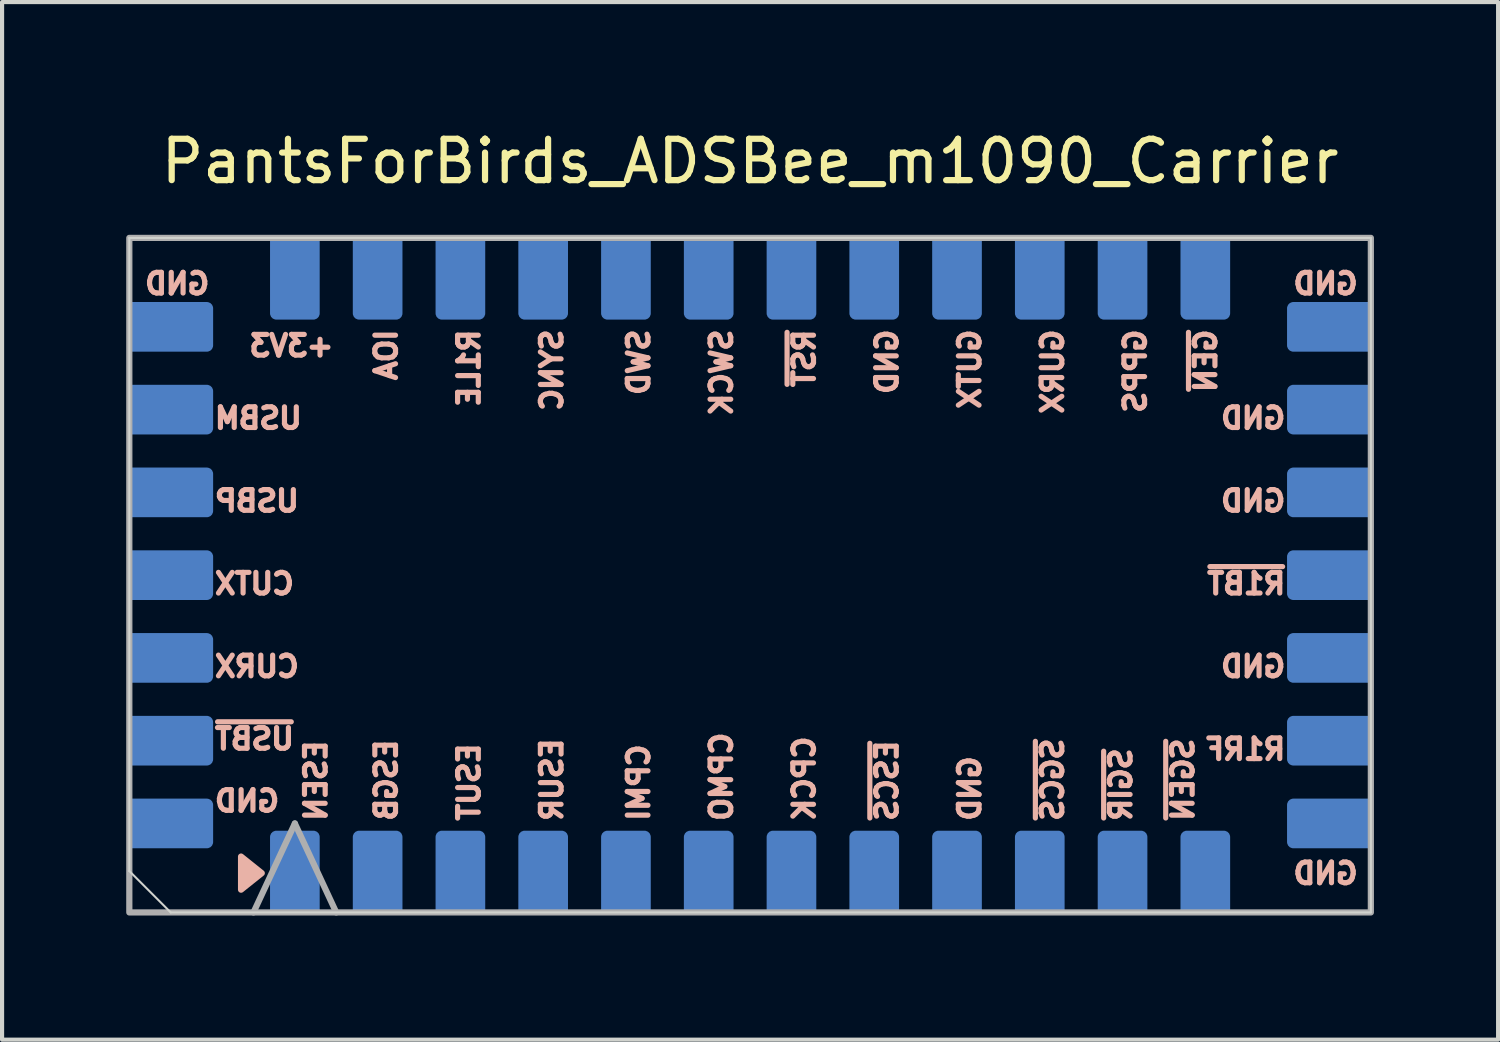
<source format=kicad_pcb>
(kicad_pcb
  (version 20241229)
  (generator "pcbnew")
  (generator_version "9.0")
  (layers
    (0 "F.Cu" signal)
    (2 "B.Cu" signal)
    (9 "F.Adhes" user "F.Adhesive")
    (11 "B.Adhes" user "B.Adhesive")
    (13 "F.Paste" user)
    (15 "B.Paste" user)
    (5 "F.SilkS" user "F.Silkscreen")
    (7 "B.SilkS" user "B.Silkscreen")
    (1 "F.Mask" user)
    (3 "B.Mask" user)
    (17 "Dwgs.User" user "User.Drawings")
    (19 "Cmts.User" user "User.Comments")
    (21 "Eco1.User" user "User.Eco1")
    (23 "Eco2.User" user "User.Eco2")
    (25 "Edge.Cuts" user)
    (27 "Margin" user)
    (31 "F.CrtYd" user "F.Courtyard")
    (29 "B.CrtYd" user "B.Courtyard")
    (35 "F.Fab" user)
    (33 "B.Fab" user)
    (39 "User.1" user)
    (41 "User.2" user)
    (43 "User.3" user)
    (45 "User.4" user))
  (footprint "PantsForBirds_ADSBee_m1090_Carrier"
    (layer "F.Cu")
    (at 15.075 10.848)
    (property "Reference" "PantsForBirds_ADSBee_m1090_Carrier" (at 0 -10 0) (unlocked yes) (layer "F.SilkS") (effects (font (size 1 1) (thickness 0.15))))
    (attr smd)
    (fp_poly (pts (xy -12.3 7.6) (xy -12.3 6.8) (xy -11.8 7.2)) (stroke (width 0.15) (type solid)) (fill yes) (layer "B.SilkS"))
    (fp_line (start -15 -8.15) (end -15 7.15) (stroke (width 0.05) (type solid)) (layer "Edge.Cuts"))
    (fp_line (start -15 -8.15) (end 15 -8.15) (stroke (width 0.05) (type solid)) (layer "Edge.Cuts"))
    (fp_line (start -15 7.15) (end -14 8.15) (stroke (width 0.05) (type default)) (layer "Edge.Cuts"))
    (fp_line (start 15 -8.15) (end 15 8.15) (stroke (width 0.05) (type solid)) (layer "Edge.Cuts"))
    (fp_line (start 15 8.15) (end -14 8.15) (stroke (width 0.05) (type solid)) (layer "Edge.Cuts"))
    (fp_line (start -12 8.15) (end -11 6) (stroke (width 0.15) (type solid)) (layer "F.Fab"))
    (fp_line (start -11 6) (end -10 8.15) (stroke (width 0.15) (type solid)) (layer "F.Fab"))
    (fp_rect (start -15 -8.15) (end 15 8.15) (stroke (width 0.15) (type solid)) (fill no) (layer "F.Fab"))
    (fp_text user "ESUT" (at -6.5 6 90) (unlocked yes) (layer "B.SilkS") (effects (font (size 0.5 0.5) (thickness 0.125)) (justify right bottom mirror)))
    (fp_text user "GND" (at -13 -6.75 0) (unlocked yes) (layer "B.SilkS") (effects (font (size 0.5 0.5) (thickness 0.125)) (justify left bottom mirror)))
    (fp_text user "GND" (at 5.6 6 90) (unlocked yes) (layer "B.SilkS") (effects (font (size 0.5 0.5) (thickness 0.125)) (justify right bottom mirror)))
    (fp_text user "~{USBT}" (at -13 4.25 0) (unlocked yes) (layer "B.SilkS") (effects (font (size 0.5 0.5) (thickness 0.125)) (justify right bottom mirror)))
    (fp_text user "R1RF" (at 13 4.5 0) (unlocked yes) (layer "B.SilkS") (effects (font (size 0.5 0.5) (thickness 0.125)) (justify left bottom mirror)))
    (fp_text user "SWCK" (at -0.4 -6 90) (unlocked yes) (layer "B.SilkS") (effects (font (size 0.5 0.5) (thickness 0.125)) (justify left bottom mirror)))
    (fp_text user "GURX" (at 7.6 -6 90) (unlocked yes) (layer "B.SilkS") (effects (font (size 0.5 0.5) (thickness 0.125)) (justify left bottom mirror)))
    (fp_text user "GND" (at 13 2.5 0) (unlocked yes) (layer "B.SilkS") (effects (font (size 0.5 0.5) (thickness 0.125)) (justify left bottom mirror)))
    (fp_text user "+3V3" (at -10 -5.25 0) (unlocked yes) (layer "B.SilkS") (effects (font (size 0.5 0.5) (thickness 0.125)) (justify left bottom mirror)))
    (fp_text user "GND" (at -13 5.75 0) (unlocked yes) (layer "B.SilkS") (effects (font (size 0.5 0.5) (thickness 0.125)) (justify right bottom mirror)))
    (fp_text user "~{ESCS}" (at 3.6 6 90) (unlocked yes) (layer "B.SilkS") (effects (font (size 0.5 0.5) (thickness 0.125)) (justify right bottom mirror)))
    (fp_text user "CPMO" (at -0.4 6 90) (unlocked yes) (layer "B.SilkS") (effects (font (size 0.5 0.5) (thickness 0.125)) (justify right bottom mirror)))
    (fp_text user "CPMI" (at -2.4 6 90) (unlocked yes) (layer "B.SilkS") (effects (font (size 0.5 0.5) (thickness 0.125)) (justify right bottom mirror)))
    (fp_text user "USBM" (at -13 -3.5 0) (unlocked yes) (layer "B.SilkS") (effects (font (size 0.5 0.5) (thickness 0.125)) (justify right bottom mirror)))
    (fp_text user "ESEN" (at -10.2 6 90) (unlocked yes) (layer "B.SilkS") (effects (font (size 0.5 0.5) (thickness 0.125)) (justify right bottom mirror)))
    (fp_text user "GND" (at 14.75 -6.75 0) (unlocked yes) (layer "B.SilkS") (effects (font (size 0.5 0.5) (thickness 0.125)) (justify left bottom mirror)))
    (fp_text user "GUTX" (at 5.6 -6 90) (unlocked yes) (layer "B.SilkS") (effects (font (size 0.5 0.5) (thickness 0.125)) (justify left bottom mirror)))
    (fp_text user "CURX" (at -13 2.5 0) (unlocked yes) (layer "B.SilkS") (effects (font (size 0.5 0.5) (thickness 0.125)) (justify right bottom mirror)))
    (fp_text user "ESGB" (at -8.5 6 90) (unlocked yes) (layer "B.SilkS") (effects (font (size 0.5 0.5) (thickness 0.125)) (justify right bottom mirror)))
    (fp_text user "GND" (at 14.75 7.5 0) (unlocked yes) (layer "B.SilkS") (effects (font (size 0.5 0.5) (thickness 0.125)) (justify left bottom mirror)))
    (fp_text user "~{RST}" (at 1.6 -6 90) (unlocked yes) (layer "B.SilkS") (effects (font (size 0.5 0.5) (thickness 0.125)) (justify left bottom mirror)))
    (fp_text user "~{SGCS}" (at 7.6 6 90) (unlocked yes) (layer "B.SilkS") (effects (font (size 0.5 0.5) (thickness 0.125)) (justify right bottom mirror)))
    (fp_text user "USBP" (at -13 -1.5 0) (unlocked yes) (layer "B.SilkS") (effects (font (size 0.5 0.5) (thickness 0.125)) (justify right bottom mirror)))
    (fp_text user "GND" (at 3.6 -6 90) (unlocked yes) (layer "B.SilkS") (effects (font (size 0.5 0.5) (thickness 0.125)) (justify left bottom mirror)))
    (fp_text user "CPCK" (at 1.6 6 90) (unlocked yes) (layer "B.SilkS") (effects (font (size 0.5 0.5) (thickness 0.125)) (justify right bottom mirror)))
    (fp_text user "~{SGEN}" (at 10.75 6 90) (unlocked yes) (layer "B.SilkS") (effects (font (size 0.5 0.5) (thickness 0.125)) (justify right bottom mirror)))
    (fp_text user "GND" (at 13 -1.5 0) (unlocked yes) (layer "B.SilkS") (effects (font (size 0.5 0.5) (thickness 0.125)) (justify left bottom mirror)))
    (fp_text user "SWD" (at -2.4 -6 90) (unlocked yes) (layer "B.SilkS") (effects (font (size 0.5 0.5) (thickness 0.125)) (justify left bottom mirror)))
    (fp_text user "SYNC" (at -4.5 -6 90) (unlocked yes) (layer "B.SilkS") (effects (font (size 0.5 0.5) (thickness 0.125)) (justify left bottom mirror)))
    (fp_text user "IOA" (at -8.5 -6 90) (unlocked yes) (layer "B.SilkS") (effects (font (size 0.5 0.5) (thickness 0.125)) (justify left bottom mirror)))
    (fp_text user "R1LE" (at -6.5 -6 90) (unlocked yes) (layer "B.SilkS") (effects (font (size 0.5 0.5) (thickness 0.125)) (justify left bottom mirror)))
    (fp_text user "~{GEN}" (at 11.3 -6 90) (unlocked yes) (layer "B.SilkS") (effects (font (size 0.5 0.5) (thickness 0.125)) (justify left bottom mirror)))
    (fp_text user "~{R1BT}" (at 13 0.5 0) (unlocked yes) (layer "B.SilkS") (effects (font (size 0.5 0.5) (thickness 0.125)) (justify left bottom mirror)))
    (fp_text user "ESUR" (at -4.5 6 90) (unlocked yes) (layer "B.SilkS") (effects (font (size 0.5 0.5) (thickness 0.125)) (justify right bottom mirror)))
    (fp_text user "GPPS" (at 9.6 -6 90) (unlocked yes) (layer "B.SilkS") (effects (font (size 0.5 0.5) (thickness 0.125)) (justify left bottom mirror)))
    (fp_text user "CUTX" (at -13 0.5 0) (unlocked yes) (layer "B.SilkS") (effects (font (size 0.5 0.5) (thickness 0.125)) (justify right bottom mirror)))
    (fp_text user "GND" (at 13 -3.5 0) (unlocked yes) (layer "B.SilkS") (effects (font (size 0.5 0.5) (thickness 0.125)) (justify left bottom mirror)))
    (fp_text user "~{SGIR}" (at 9.25 6 90) (unlocked yes) (layer "B.SilkS") (effects (font (size 0.5 0.5) (thickness 0.125)) (justify right bottom mirror)))
    (pad "1" smd custom (at -11 7.3 270) (size 1.75 1.2) (layers "B.Cu" "B.Mask" "B.Paste") (options (anchor rect)) (primitives (gr_rect (start -0.975 -0.45) (end -0.825 0.45) (width 0.3) (fill yes))))
    (pad "2" smd custom (at -9 7.3 270) (size 1.75 1.2) (layers "B.Cu" "B.Mask" "B.Paste") (options (anchor rect)) (primitives (gr_rect (start -0.975 -0.45) (end -0.825 0.45) (width 0.3) (fill yes))))
    (pad "3" smd custom (at -7 7.3 270) (size 1.75 1.2) (layers "B.Cu" "B.Mask" "B.Paste") (options (anchor rect)) (primitives (gr_rect (start -0.975 -0.45) (end -0.825 0.45) (width 0.3) (fill yes))))
    (pad "4" smd custom (at -5 7.3 270) (size 1.75 1.2) (layers "B.Cu" "B.Mask" "B.Paste") (options (anchor rect)) (primitives (gr_rect (start -0.975 -0.45) (end -0.825 0.45) (width 0.3) (fill yes))))
    (pad "5" smd custom (at -3 7.3 270) (size 1.75 1.2) (layers "B.Cu" "B.Mask" "B.Paste") (options (anchor rect)) (primitives (gr_rect (start -0.975 -0.45) (end -0.825 0.45) (width 0.3) (fill yes))))
    (pad "6" smd custom (at -1 7.3 270) (size 1.75 1.2) (layers "B.Cu" "B.Mask" "B.Paste") (options (anchor rect)) (primitives (gr_rect (start -0.975 -0.45) (end -0.825 0.45) (width 0.3) (fill yes))))
    (pad "7" smd custom (at 1 7.3 270) (size 1.75 1.2) (layers "B.Cu" "B.Mask" "B.Paste") (options (anchor rect)) (primitives (gr_rect (start -0.975 -0.45) (end -0.825 0.45) (width 0.3) (fill yes))))
    (pad "8" smd custom (at 3 7.3 270) (size 1.75 1.2) (layers "B.Cu" "B.Mask" "B.Paste") (options (anchor rect)) (primitives (gr_rect (start -0.975 -0.45) (end -0.825 0.45) (width 0.3) (fill yes))))
    (pad "9" smd custom (at 5 7.3 270) (size 1.75 1.2) (layers "B.Cu" "B.Mask" "B.Paste") (options (anchor rect)) (primitives (gr_rect (start -0.975 -0.45) (end -0.825 0.45) (width 0.3) (fill yes))))
    (pad "10" smd custom (at 7 7.3 270) (size 1.75 1.2) (layers "B.Cu" "B.Mask" "B.Paste") (options (anchor rect)) (primitives (gr_rect (start -0.975 -0.45) (end -0.825 0.45) (width 0.3) (fill yes))))
    (pad "11" smd custom (at 9 7.3 270) (size 1.75 1.2) (layers "B.Cu" "B.Mask" "B.Paste") (options (anchor rect)) (primitives (gr_rect (start -0.975 -0.45) (end -0.825 0.45) (width 0.3) (fill yes))))
    (pad "12" smd custom (at 11 7.3 270) (size 1.75 1.2) (layers "B.Cu" "B.Mask" "B.Paste") (options (anchor rect)) (primitives (gr_rect (start -0.975 -0.45) (end -0.825 0.45) (width 0.3) (fill yes))))
    (pad "13" smd custom (at 14.1 6) (size 1.75 1.2) (layers "B.Cu" "B.Mask" "B.Paste") (options (anchor rect)) (primitives (gr_rect (start -0.975 -0.45) (end -0.825 0.45) (width 0.3) (fill yes))))
    (pad "14" smd custom (at 14.1 4) (size 1.75 1.2) (layers "B.Cu" "B.Mask" "B.Paste") (options (anchor rect)) (primitives (gr_rect (start -0.975 -0.45) (end -0.825 0.45) (width 0.3) (fill yes))))
    (pad "15" smd custom (at 14.1 2) (size 1.75 1.2) (layers "B.Cu" "B.Mask" "B.Paste") (options (anchor rect)) (primitives (gr_rect (start -0.975 -0.45) (end -0.825 0.45) (width 0.3) (fill yes))))
    (pad "16" smd custom (at 14.1 0) (size 1.75 1.2) (layers "B.Cu" "B.Mask" "B.Paste") (options (anchor rect)) (primitives (gr_rect (start -0.975 -0.45) (end -0.825 0.45) (width 0.3) (fill yes))))
    (pad "17" smd custom (at 14.1 -2) (size 1.75 1.2) (layers "B.Cu" "B.Mask" "B.Paste") (options (anchor rect)) (primitives (gr_rect (start -0.975 -0.45) (end -0.825 0.45) (width 0.3) (fill yes))))
    (pad "18" smd custom (at 14.1 -4) (size 1.75 1.2) (layers "B.Cu" "B.Mask" "B.Paste") (options (anchor rect)) (primitives (gr_rect (start -0.975 -0.45) (end -0.825 0.45) (width 0.3) (fill yes))))
    (pad "19" smd custom (at 14.1 -6) (size 1.75 1.2) (layers "B.Cu" "B.Mask" "B.Paste") (options (anchor rect)) (primitives (gr_rect (start -0.975 -0.45) (end -0.825 0.45) (width 0.3) (fill yes))))
    (pad "20" smd custom (at 11 -7.3 90) (size 1.75 1.2) (layers "B.Cu" "B.Mask" "B.Paste") (options (anchor rect)) (primitives (gr_rect (start -0.975 -0.45) (end -0.825 0.45) (width 0.3) (fill yes))))
    (pad "21" smd custom (at 9 -7.3 90) (size 1.75 1.2) (layers "B.Cu" "B.Mask" "B.Paste") (options (anchor rect)) (primitives (gr_rect (start -0.975 -0.45) (end -0.825 0.45) (width 0.3) (fill yes))))
    (pad "22" smd custom (at 7 -7.3 90) (size 1.75 1.2) (layers "B.Cu" "B.Mask" "B.Paste") (options (anchor rect)) (primitives (gr_rect (start -0.975 -0.45) (end -0.825 0.45) (width 0.3) (fill yes))))
    (pad "23" smd custom (at 5 -7.3 90) (size 1.75 1.2) (layers "B.Cu" "B.Mask" "B.Paste") (options (anchor rect)) (primitives (gr_rect (start -0.975 -0.45) (end -0.825 0.45) (width 0.3) (fill yes))))
    (pad "24" smd custom (at 3 -7.3 90) (size 1.75 1.2) (layers "B.Cu" "B.Mask" "B.Paste") (options (anchor rect)) (primitives (gr_rect (start -0.975 -0.45) (end -0.825 0.45) (width 0.3) (fill yes))))
    (pad "25" smd custom (at 1 -7.3 90) (size 1.75 1.2) (layers "B.Cu" "B.Mask" "B.Paste") (options (anchor rect)) (primitives (gr_rect (start -0.975 -0.45) (end -0.825 0.45) (width 0.3) (fill yes))))
    (pad "26" smd custom (at -1 -7.3 90) (size 1.75 1.2) (layers "B.Cu" "B.Mask" "B.Paste") (options (anchor rect)) (primitives (gr_rect (start -0.975 -0.45) (end -0.825 0.45) (width 0.3) (fill yes))))
    (pad "27" smd custom (at -3 -7.3 90) (size 1.75 1.2) (layers "B.Cu" "B.Mask" "B.Paste") (options (anchor rect)) (primitives (gr_rect (start -0.975 -0.45) (end -0.825 0.45) (width 0.3) (fill yes))))
    (pad "28" smd custom (at -5 -7.3 90) (size 1.75 1.2) (layers "B.Cu" "B.Mask" "B.Paste") (options (anchor rect)) (primitives (gr_rect (start -0.975 -0.45) (end -0.825 0.45) (width 0.3) (fill yes))))
    (pad "29" smd custom (at -7 -7.3 90) (size 1.75 1.2) (layers "B.Cu" "B.Mask" "B.Paste") (options (anchor rect)) (primitives (gr_rect (start -0.975 -0.45) (end -0.825 0.45) (width 0.3) (fill yes))))
    (pad "30" smd custom (at -9 -7.3 90) (size 1.75 1.2) (layers "B.Cu" "B.Mask" "B.Paste") (options (anchor rect)) (primitives (gr_rect (start -0.975 -0.45) (end -0.825 0.45) (width 0.3) (fill yes))))
    (pad "31" smd custom (at -11 -7.3 90) (size 1.75 1.2) (layers "B.Cu" "B.Mask" "B.Paste") (options (anchor rect)) (primitives (gr_rect (start -0.975 -0.45) (end -0.825 0.45) (width 0.3) (fill yes))))
    (pad "32" smd custom (at -14.1 -6 180) (size 1.75 1.2) (layers "B.Cu" "B.Mask" "B.Paste") (options (anchor rect)) (primitives (gr_rect (start -0.975 -0.45) (end -0.825 0.45) (width 0.3) (fill yes))))
    (pad "33" smd custom (at -14.1 -4 180) (size 1.75 1.2) (layers "B.Cu" "B.Mask" "B.Paste") (options (anchor rect)) (primitives (gr_rect (start -0.975 -0.45) (end -0.825 0.45) (width 0.3) (fill yes))))
    (pad "34" smd custom (at -14.1 -2 180) (size 1.75 1.2) (layers "B.Cu" "B.Mask" "B.Paste") (options (anchor rect)) (primitives (gr_rect (start -0.975 -0.45) (end -0.825 0.45) (width 0.3) (fill yes))))
    (pad "35" smd custom (at -14.1 0 180) (size 1.75 1.2) (layers "B.Cu" "B.Mask" "B.Paste") (options (anchor rect)) (primitives (gr_rect (start -0.975 -0.45) (end -0.825 0.45) (width 0.3) (fill yes))))
    (pad "36" smd custom (at -14.1 2 180) (size 1.75 1.2) (layers "B.Cu" "B.Mask" "B.Paste") (options (anchor rect)) (primitives (gr_rect (start -0.975 -0.45) (end -0.825 0.45) (width 0.3) (fill yes))))
    (pad "37" smd custom (at -14.1 4 180) (size 1.75 1.2) (layers "B.Cu" "B.Mask" "B.Paste") (options (anchor rect)) (primitives (gr_rect (start -0.975 -0.45) (end -0.825 0.45) (width 0.3) (fill yes))))
    (pad "38" smd custom (at -14.1 6 180) (size 1.75 1.2) (layers "B.Cu" "B.Mask" "B.Paste") (options (anchor rect)) (primitives (gr_rect (start -0.975 -0.45) (end -0.825 0.45) (width 0.3) (fill yes)))))
  (gr_rect
    (start -3 -3)
    (end 33.15 22.073)
    (stroke (width 0.1) (type default))
    (fill no)
    (layer "Edge.Cuts")))
</source>
